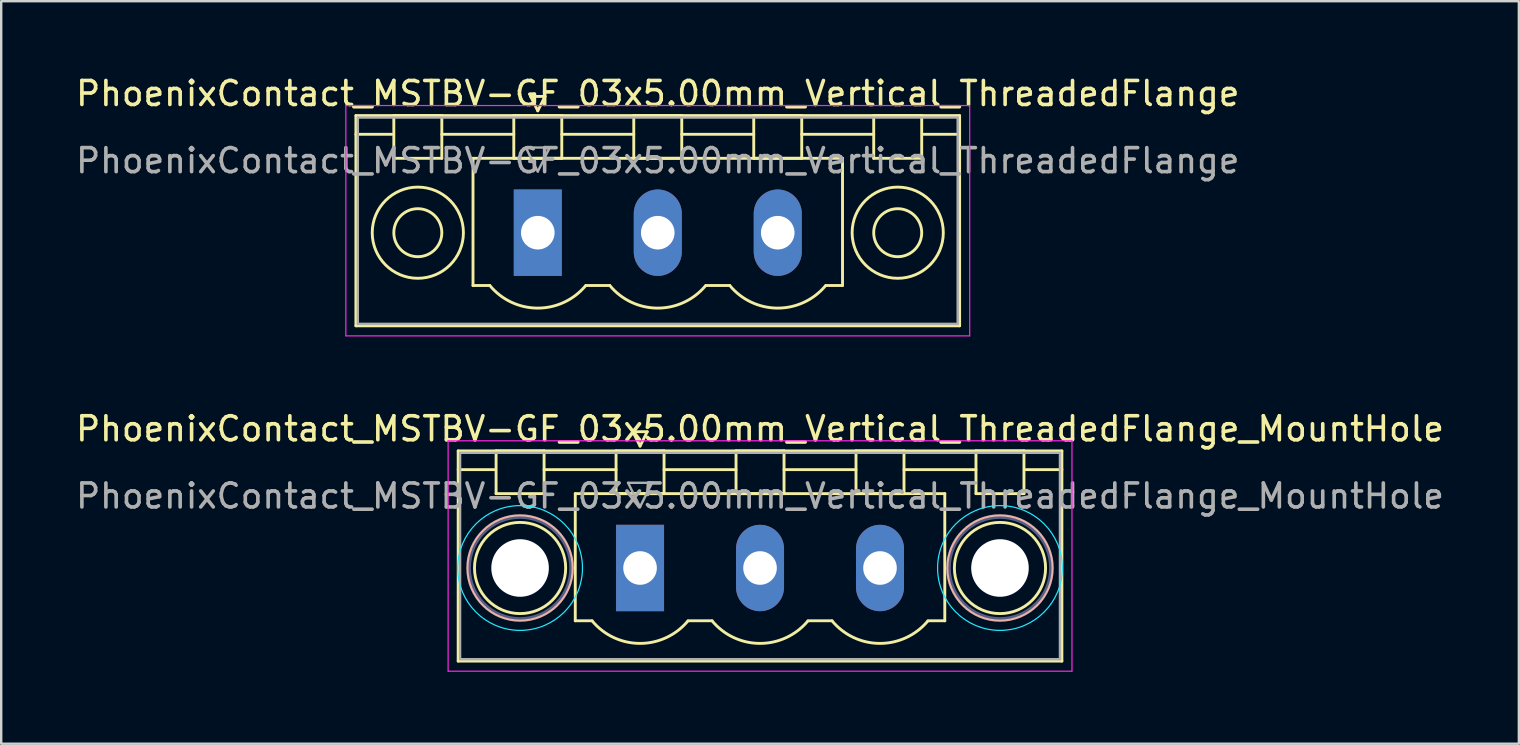
<source format=kicad_pcb>
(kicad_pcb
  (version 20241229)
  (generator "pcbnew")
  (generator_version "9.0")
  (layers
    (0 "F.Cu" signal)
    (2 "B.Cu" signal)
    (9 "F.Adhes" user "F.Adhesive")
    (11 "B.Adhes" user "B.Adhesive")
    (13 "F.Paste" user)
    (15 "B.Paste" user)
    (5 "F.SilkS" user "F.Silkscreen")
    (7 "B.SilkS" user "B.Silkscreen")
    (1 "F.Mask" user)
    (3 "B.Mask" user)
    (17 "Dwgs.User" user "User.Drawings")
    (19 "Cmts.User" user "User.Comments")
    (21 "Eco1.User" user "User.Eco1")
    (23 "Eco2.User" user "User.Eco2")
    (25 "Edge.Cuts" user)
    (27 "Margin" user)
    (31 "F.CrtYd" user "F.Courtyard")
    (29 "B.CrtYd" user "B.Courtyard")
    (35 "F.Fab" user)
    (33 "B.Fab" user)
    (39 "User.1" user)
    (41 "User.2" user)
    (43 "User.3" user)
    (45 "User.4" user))
  (footprint "PhoenixContact_MSTBV-GF_03x5.00mm_Vertical_ThreadedFlange_MountHole"
    (layer "F.Cu")
    (at 23.625 20.622)
    (property "Reference" "PhoenixContact_MSTBV-GF_03x5.00mm_Vertical_ThreadedFlange_MountHole" (at 5 -5.8 0) (layer "F.SilkS") (effects (font (size 1 1) (thickness 0.15))))
    (attr through_hole)
    (fp_line (start -7.58 -4.88) (end -7.58 3.88) (stroke (width 0.12) (type solid)) (layer "F.SilkS"))
    (fp_line (start -7.58 -4.1) (end -6.08 -4.1) (stroke (width 0.12) (type solid)) (layer "F.SilkS"))
    (fp_line (start -7.58 3.88) (end 17.58 3.88) (stroke (width 0.12) (type solid)) (layer "F.SilkS"))
    (fp_line (start -6 -4.88) (end -4 -4.88) (stroke (width 0.12) (type solid)) (layer "F.SilkS"))
    (fp_line (start -6 -3.1) (end -6 -4.88) (stroke (width 0.12) (type solid)) (layer "F.SilkS"))
    (fp_line (start -4 -4.88) (end -4 -3.1) (stroke (width 0.12) (type solid)) (layer "F.SilkS"))
    (fp_line (start -4 -4.1) (end -1 -4.1) (stroke (width 0.12) (type solid)) (layer "F.SilkS"))
    (fp_line (start -4 -3.1) (end -6 -3.1) (stroke (width 0.12) (type solid)) (layer "F.SilkS"))
    (fp_line (start -2.7 -3.1) (end 12.7 -3.1) (stroke (width 0.12) (type solid)) (layer "F.SilkS"))
    (fp_line (start -2.7 2.2) (end -2.7 -3.1) (stroke (width 0.12) (type solid)) (layer "F.SilkS"))
    (fp_line (start -2 2.2) (end -2.7 2.2) (stroke (width 0.12) (type solid)) (layer "F.SilkS"))
    (fp_line (start -1 -4.88) (end 1 -4.88) (stroke (width 0.12) (type solid)) (layer "F.SilkS"))
    (fp_line (start -1 -3.1) (end -1 -4.88) (stroke (width 0.12) (type solid)) (layer "F.SilkS"))
    (fp_line (start -0.3 -5.68) (end 0.3 -5.68) (stroke (width 0.12) (type solid)) (layer "F.SilkS"))
    (fp_line (start 0 -5.08) (end -0.3 -5.68) (stroke (width 0.12) (type solid)) (layer "F.SilkS"))
    (fp_line (start 0.3 -5.68) (end 0 -5.08) (stroke (width 0.12) (type solid)) (layer "F.SilkS"))
    (fp_line (start 1 -4.88) (end 1 -3.1) (stroke (width 0.12) (type solid)) (layer "F.SilkS"))
    (fp_line (start 1 -4.1) (end 4 -4.1) (stroke (width 0.12) (type solid)) (layer "F.SilkS"))
    (fp_line (start 1 -3.1) (end -1 -3.1) (stroke (width 0.12) (type solid)) (layer "F.SilkS"))
    (fp_line (start 2 2.2) (end 3 2.2) (stroke (width 0.12) (type solid)) (layer "F.SilkS"))
    (fp_line (start 4 -4.88) (end 6 -4.88) (stroke (width 0.12) (type solid)) (layer "F.SilkS"))
    (fp_line (start 4 -3.1) (end 4 -4.88) (stroke (width 0.12) (type solid)) (layer "F.SilkS"))
    (fp_line (start 6 -4.88) (end 6 -3.1) (stroke (width 0.12) (type solid)) (layer "F.SilkS"))
    (fp_line (start 6 -4.1) (end 9 -4.1) (stroke (width 0.12) (type solid)) (layer "F.SilkS"))
    (fp_line (start 6 -3.1) (end 4 -3.1) (stroke (width 0.12) (type solid)) (layer "F.SilkS"))
    (fp_line (start 7 2.2) (end 8 2.2) (stroke (width 0.12) (type solid)) (layer "F.SilkS"))
    (fp_line (start 9 -4.88) (end 11 -4.88) (stroke (width 0.12) (type solid)) (layer "F.SilkS"))
    (fp_line (start 9 -3.1) (end 9 -4.88) (stroke (width 0.12) (type solid)) (layer "F.SilkS"))
    (fp_line (start 11 -4.88) (end 11 -3.1) (stroke (width 0.12) (type solid)) (layer "F.SilkS"))
    (fp_line (start 11 -4.1) (end 14 -4.1) (stroke (width 0.12) (type solid)) (layer "F.SilkS"))
    (fp_line (start 11 -3.1) (end 9 -3.1) (stroke (width 0.12) (type solid)) (layer "F.SilkS"))
    (fp_line (start 12.7 -3.1) (end 12.7 2.2) (stroke (width 0.12) (type solid)) (layer "F.SilkS"))
    (fp_line (start 12.7 2.2) (end 12 2.2) (stroke (width 0.12) (type solid)) (layer "F.SilkS"))
    (fp_line (start 14 -4.88) (end 16 -4.88) (stroke (width 0.12) (type solid)) (layer "F.SilkS"))
    (fp_line (start 14 -3.1) (end 14 -4.88) (stroke (width 0.12) (type solid)) (layer "F.SilkS"))
    (fp_line (start 16 -4.88) (end 16 -3.1) (stroke (width 0.12) (type solid)) (layer "F.SilkS"))
    (fp_line (start 16 -3.1) (end 14 -3.1) (stroke (width 0.12) (type solid)) (layer "F.SilkS"))
    (fp_line (start 17.58 -4.88) (end -7.58 -4.88) (stroke (width 0.12) (type solid)) (layer "F.SilkS"))
    (fp_line (start 17.58 -4.1) (end 16.08 -4.1) (stroke (width 0.12) (type solid)) (layer "F.SilkS"))
    (fp_line (start 17.58 3.88) (end 17.58 -4.88) (stroke (width 0.12) (type solid)) (layer "F.SilkS"))
    (fp_arc (start 1.986842 2.215821) (mid -0.010289 3.142758) (end -2 2.2) (stroke (width 0.12) (type solid)) (layer "F.SilkS"))
    (fp_arc (start 6.986842 2.215821) (mid 4.989711 3.142758) (end 3 2.2) (stroke (width 0.12) (type solid)) (layer "F.SilkS"))
    (fp_arc (start 11.986842 2.215821) (mid 9.989711 3.142758) (end 8 2.2) (stroke (width 0.12) (type solid)) (layer "F.SilkS"))
    (fp_circle (center -5 0) (end -3.1 0) (stroke (width 0.12) (type solid)) (fill no) (layer "F.SilkS"))
    (fp_circle (center 15 0) (end 16.9 0) (stroke (width 0.12) (type solid)) (fill no) (layer "F.SilkS"))
    (fp_circle (center -5 0) (end -2.82 0) (stroke (width 0.12) (type solid)) (fill no) (layer "B.SilkS"))
    (fp_circle (center 15 0) (end 17.18 0) (stroke (width 0.12) (type solid)) (fill no) (layer "B.SilkS"))
    (fp_circle (center -5 0) (end -2.4 0) (stroke (width 0.05) (type solid)) (fill no) (layer "B.CrtYd"))
    (fp_circle (center 15 0) (end 17.6 0) (stroke (width 0.05) (type solid)) (fill no) (layer "B.CrtYd"))
    (fp_line (start -8 -5.3) (end -8 4.3) (stroke (width 0.05) (type solid)) (layer "F.CrtYd"))
    (fp_line (start -8 4.3) (end 18 4.3) (stroke (width 0.05) (type solid)) (layer "F.CrtYd"))
    (fp_line (start 18 -5.3) (end -8 -5.3) (stroke (width 0.05) (type solid)) (layer "F.CrtYd"))
    (fp_line (start 18 4.3) (end 18 -5.3) (stroke (width 0.05) (type solid)) (layer "F.CrtYd"))
    (fp_circle (center -5 0) (end -2.9 0) (stroke (width 0.1) (type solid)) (fill no) (layer "B.Fab"))
    (fp_circle (center 15 0) (end 17.1 0) (stroke (width 0.1) (type solid)) (fill no) (layer "B.Fab"))
    (fp_line (start -7.5 -4.8) (end -7.5 3.8) (stroke (width 0.1) (type solid)) (layer "F.Fab"))
    (fp_line (start -7.5 3.8) (end 17.5 3.8) (stroke (width 0.1) (type solid)) (layer "F.Fab"))
    (fp_line (start -0.5 -3.55) (end 0.5 -3.55) (stroke (width 0.1) (type solid)) (layer "F.Fab"))
    (fp_line (start 0 -2.55) (end -0.5 -3.55) (stroke (width 0.1) (type solid)) (layer "F.Fab"))
    (fp_line (start 0.5 -3.55) (end 0 -2.55) (stroke (width 0.1) (type solid)) (layer "F.Fab"))
    (fp_line (start 17.5 -4.8) (end -7.5 -4.8) (stroke (width 0.1) (type solid)) (layer "F.Fab"))
    (fp_line (start 17.5 3.8) (end 17.5 -4.8) (stroke (width 0.1) (type solid)) (layer "F.Fab"))
    (fp_text user "${REFERENCE}" (at 5 -3 0) (layer "F.Fab") (effects (font (size 1 1) (thickness 0.15))))
    (pad "" np_thru_hole circle (at -5 0) (size 2.4 2.4) (drill 2.4) (layers "*.Cu" "*.Mask"))
    (pad "" np_thru_hole circle (at 15 0) (size 2.4 2.4) (drill 2.4) (layers "*.Cu" "*.Mask"))
    (pad "1" thru_hole rect (at 0 0) (size 2 3.6) (drill 1.4) (layers "*.Cu" "*.Mask"))
    (pad "2" thru_hole oval (at 5 0) (size 2 3.6) (drill 1.4) (layers "*.Cu" "*.Mask"))
    (pad "3" thru_hole oval (at 10 0) (size 2 3.6) (drill 1.4) (layers "*.Cu" "*.Mask")))
  (footprint "PhoenixContact_MSTBV-GF_03x5.00mm_Vertical_ThreadedFlange"
    (layer "F.Cu")
    (at 19.363 6.648)
    (property "Reference" "PhoenixContact_MSTBV-GF_03x5.00mm_Vertical_ThreadedFlange" (at 5 -5.8 0) (layer "F.SilkS") (effects (font (size 1 1) (thickness 0.15))))
    (attr through_hole)
    (fp_line (start -7.58 -4.88) (end -7.58 3.88) (stroke (width 0.12) (type solid)) (layer "F.SilkS"))
    (fp_line (start -7.58 -4.1) (end -6.08 -4.1) (stroke (width 0.12) (type solid)) (layer "F.SilkS"))
    (fp_line (start -7.58 3.88) (end 17.58 3.88) (stroke (width 0.12) (type solid)) (layer "F.SilkS"))
    (fp_line (start -6 -4.88) (end -4 -4.88) (stroke (width 0.12) (type solid)) (layer "F.SilkS"))
    (fp_line (start -6 -3.1) (end -6 -4.88) (stroke (width 0.12) (type solid)) (layer "F.SilkS"))
    (fp_line (start -4 -4.88) (end -4 -3.1) (stroke (width 0.12) (type solid)) (layer "F.SilkS"))
    (fp_line (start -4 -4.1) (end -1 -4.1) (stroke (width 0.12) (type solid)) (layer "F.SilkS"))
    (fp_line (start -4 -3.1) (end -6 -3.1) (stroke (width 0.12) (type solid)) (layer "F.SilkS"))
    (fp_line (start -2.7 -3.1) (end 12.7 -3.1) (stroke (width 0.12) (type solid)) (layer "F.SilkS"))
    (fp_line (start -2.7 2.2) (end -2.7 -3.1) (stroke (width 0.12) (type solid)) (layer "F.SilkS"))
    (fp_line (start -2 2.2) (end -2.7 2.2) (stroke (width 0.12) (type solid)) (layer "F.SilkS"))
    (fp_line (start -1 -4.88) (end 1 -4.88) (stroke (width 0.12) (type solid)) (layer "F.SilkS"))
    (fp_line (start -1 -3.1) (end -1 -4.88) (stroke (width 0.12) (type solid)) (layer "F.SilkS"))
    (fp_line (start -0.3 -5.68) (end 0.3 -5.68) (stroke (width 0.12) (type solid)) (layer "F.SilkS"))
    (fp_line (start 0 -5.08) (end -0.3 -5.68) (stroke (width 0.12) (type solid)) (layer "F.SilkS"))
    (fp_line (start 0.3 -5.68) (end 0 -5.08) (stroke (width 0.12) (type solid)) (layer "F.SilkS"))
    (fp_line (start 1 -4.88) (end 1 -3.1) (stroke (width 0.12) (type solid)) (layer "F.SilkS"))
    (fp_line (start 1 -4.1) (end 4 -4.1) (stroke (width 0.12) (type solid)) (layer "F.SilkS"))
    (fp_line (start 1 -3.1) (end -1 -3.1) (stroke (width 0.12) (type solid)) (layer "F.SilkS"))
    (fp_line (start 2 2.2) (end 3 2.2) (stroke (width 0.12) (type solid)) (layer "F.SilkS"))
    (fp_line (start 4 -4.88) (end 6 -4.88) (stroke (width 0.12) (type solid)) (layer "F.SilkS"))
    (fp_line (start 4 -3.1) (end 4 -4.88) (stroke (width 0.12) (type solid)) (layer "F.SilkS"))
    (fp_line (start 6 -4.88) (end 6 -3.1) (stroke (width 0.12) (type solid)) (layer "F.SilkS"))
    (fp_line (start 6 -4.1) (end 9 -4.1) (stroke (width 0.12) (type solid)) (layer "F.SilkS"))
    (fp_line (start 6 -3.1) (end 4 -3.1) (stroke (width 0.12) (type solid)) (layer "F.SilkS"))
    (fp_line (start 7 2.2) (end 8 2.2) (stroke (width 0.12) (type solid)) (layer "F.SilkS"))
    (fp_line (start 9 -4.88) (end 11 -4.88) (stroke (width 0.12) (type solid)) (layer "F.SilkS"))
    (fp_line (start 9 -3.1) (end 9 -4.88) (stroke (width 0.12) (type solid)) (layer "F.SilkS"))
    (fp_line (start 11 -4.88) (end 11 -3.1) (stroke (width 0.12) (type solid)) (layer "F.SilkS"))
    (fp_line (start 11 -4.1) (end 14 -4.1) (stroke (width 0.12) (type solid)) (layer "F.SilkS"))
    (fp_line (start 11 -3.1) (end 9 -3.1) (stroke (width 0.12) (type solid)) (layer "F.SilkS"))
    (fp_line (start 12.7 -3.1) (end 12.7 2.2) (stroke (width 0.12) (type solid)) (layer "F.SilkS"))
    (fp_line (start 12.7 2.2) (end 12 2.2) (stroke (width 0.12) (type solid)) (layer "F.SilkS"))
    (fp_line (start 14 -4.88) (end 16 -4.88) (stroke (width 0.12) (type solid)) (layer "F.SilkS"))
    (fp_line (start 14 -3.1) (end 14 -4.88) (stroke (width 0.12) (type solid)) (layer "F.SilkS"))
    (fp_line (start 16 -4.88) (end 16 -3.1) (stroke (width 0.12) (type solid)) (layer "F.SilkS"))
    (fp_line (start 16 -3.1) (end 14 -3.1) (stroke (width 0.12) (type solid)) (layer "F.SilkS"))
    (fp_line (start 17.58 -4.88) (end -7.58 -4.88) (stroke (width 0.12) (type solid)) (layer "F.SilkS"))
    (fp_line (start 17.58 -4.1) (end 16.08 -4.1) (stroke (width 0.12) (type solid)) (layer "F.SilkS"))
    (fp_line (start 17.58 3.88) (end 17.58 -4.88) (stroke (width 0.12) (type solid)) (layer "F.SilkS"))
    (fp_arc (start 1.986842 2.215821) (mid -0.010289 3.142758) (end -2 2.2) (stroke (width 0.12) (type solid)) (layer "F.SilkS"))
    (fp_arc (start 6.986842 2.215821) (mid 4.989711 3.142758) (end 3 2.2) (stroke (width 0.12) (type solid)) (layer "F.SilkS"))
    (fp_arc (start 11.986842 2.215821) (mid 9.989711 3.142758) (end 8 2.2) (stroke (width 0.12) (type solid)) (layer "F.SilkS"))
    (fp_circle (center -5 0) (end -4 0) (stroke (width 0.12) (type solid)) (fill no) (layer "F.SilkS"))
    (fp_circle (center -5 0) (end -3.1 0) (stroke (width 0.12) (type solid)) (fill no) (layer "F.SilkS"))
    (fp_circle (center 15 0) (end 16 0) (stroke (width 0.12) (type solid)) (fill no) (layer "F.SilkS"))
    (fp_circle (center 15 0) (end 16.9 0) (stroke (width 0.12) (type solid)) (fill no) (layer "F.SilkS"))
    (fp_line (start -8 -5.3) (end -8 4.3) (stroke (width 0.05) (type solid)) (layer "F.CrtYd"))
    (fp_line (start -8 4.3) (end 18 4.3) (stroke (width 0.05) (type solid)) (layer "F.CrtYd"))
    (fp_line (start 18 -5.3) (end -8 -5.3) (stroke (width 0.05) (type solid)) (layer "F.CrtYd"))
    (fp_line (start 18 4.3) (end 18 -5.3) (stroke (width 0.05) (type solid)) (layer "F.CrtYd"))
    (fp_line (start -7.5 -4.8) (end -7.5 3.8) (stroke (width 0.1) (type solid)) (layer "F.Fab"))
    (fp_line (start -7.5 3.8) (end 17.5 3.8) (stroke (width 0.1) (type solid)) (layer "F.Fab"))
    (fp_line (start -0.5 -3.55) (end 0.5 -3.55) (stroke (width 0.1) (type solid)) (layer "F.Fab"))
    (fp_line (start 0 -2.55) (end -0.5 -3.55) (stroke (width 0.1) (type solid)) (layer "F.Fab"))
    (fp_line (start 0.5 -3.55) (end 0 -2.55) (stroke (width 0.1) (type solid)) (layer "F.Fab"))
    (fp_line (start 17.5 -4.8) (end -7.5 -4.8) (stroke (width 0.1) (type solid)) (layer "F.Fab"))
    (fp_line (start 17.5 3.8) (end 17.5 -4.8) (stroke (width 0.1) (type solid)) (layer "F.Fab"))
    (fp_text user "${REFERENCE}" (at 5 -3 0) (layer "F.Fab") (effects (font (size 1 1) (thickness 0.15))))
    (pad "1" thru_hole rect (at 0 0) (size 2 3.6) (drill 1.4) (layers "*.Cu" "*.Mask"))
    (pad "2" thru_hole oval (at 5 0) (size 2 3.6) (drill 1.4) (layers "*.Cu" "*.Mask"))
    (pad "3" thru_hole oval (at 10 0) (size 2 3.6) (drill 1.4) (layers "*.Cu" "*.Mask")))
  (gr_rect
    (start -3 -3)
    (end 60.25 27.947)
    (stroke (width 0.1) (type default))
    (fill no)
    (layer "Edge.Cuts")))
</source>
